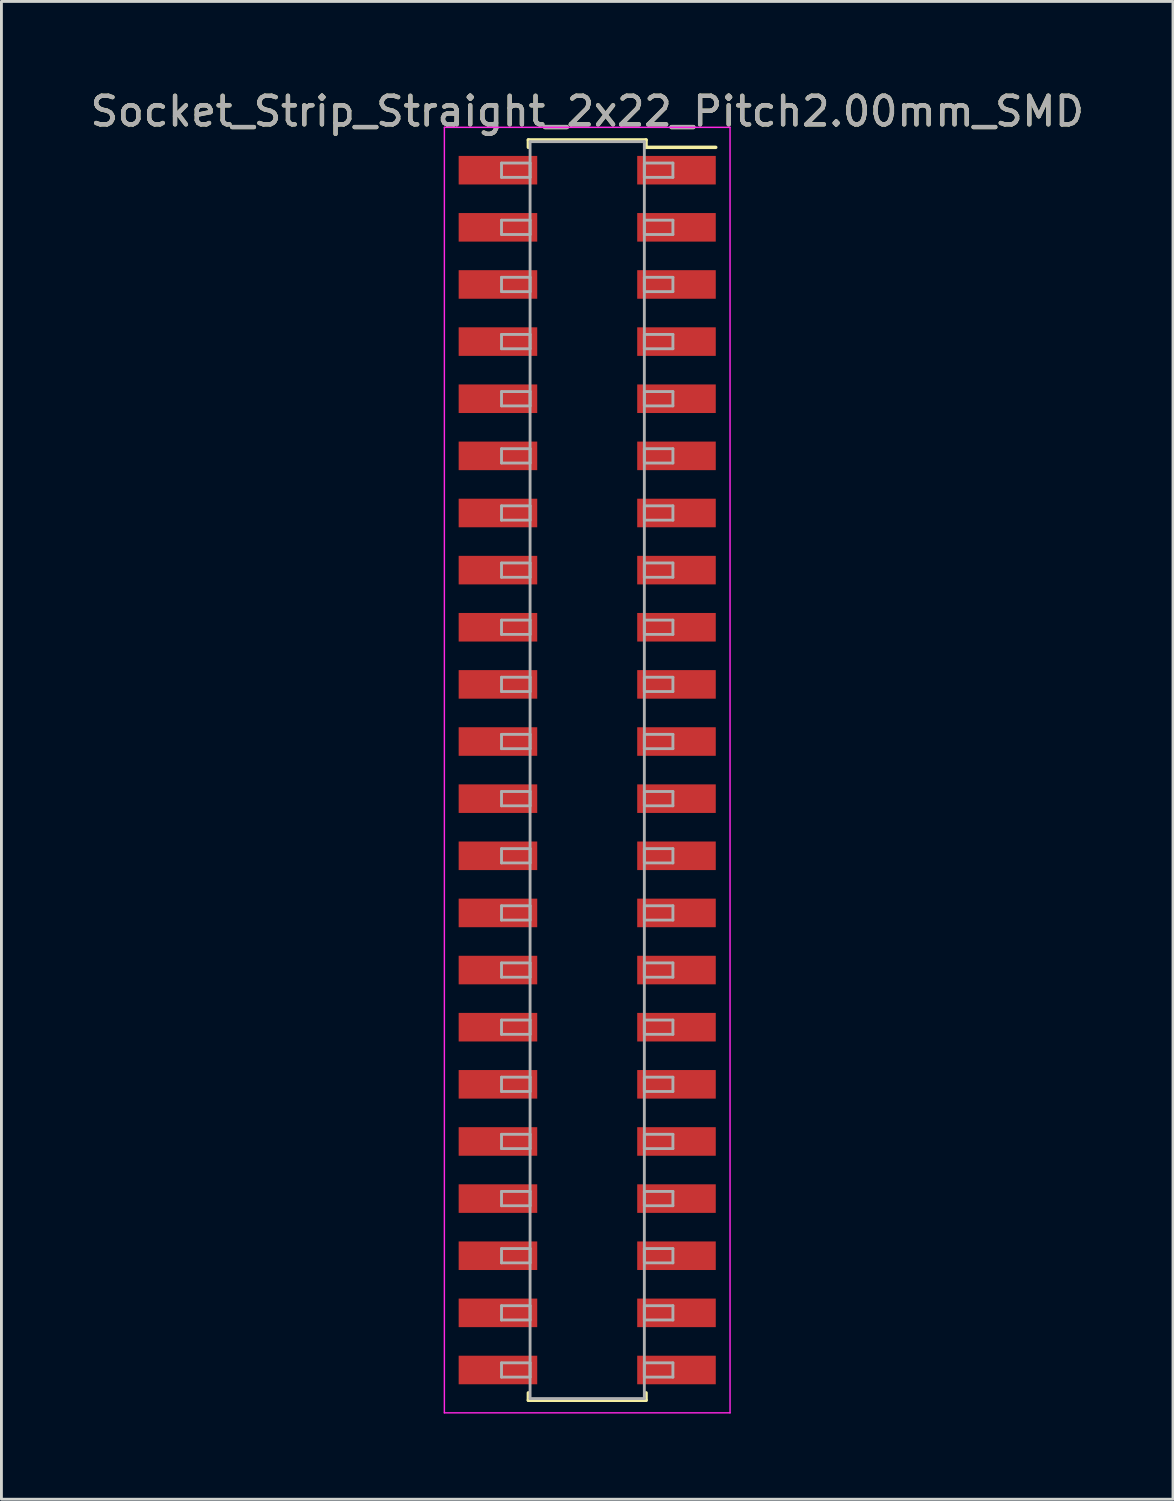
<source format=kicad_pcb>
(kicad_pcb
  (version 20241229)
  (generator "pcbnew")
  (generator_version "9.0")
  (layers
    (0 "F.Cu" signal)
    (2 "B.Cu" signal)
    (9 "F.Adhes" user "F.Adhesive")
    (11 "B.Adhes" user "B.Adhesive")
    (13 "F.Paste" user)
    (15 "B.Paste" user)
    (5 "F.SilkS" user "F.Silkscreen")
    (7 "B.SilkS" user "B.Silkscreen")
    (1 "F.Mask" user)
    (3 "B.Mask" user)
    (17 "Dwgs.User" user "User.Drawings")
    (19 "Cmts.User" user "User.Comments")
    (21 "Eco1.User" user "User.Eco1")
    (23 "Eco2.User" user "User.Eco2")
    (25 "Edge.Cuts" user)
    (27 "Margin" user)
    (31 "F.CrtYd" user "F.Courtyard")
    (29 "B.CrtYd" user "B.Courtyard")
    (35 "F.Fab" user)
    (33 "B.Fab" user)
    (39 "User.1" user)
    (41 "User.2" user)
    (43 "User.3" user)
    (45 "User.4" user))
  (footprint "Socket_Strip_Straight_2x22_Pitch2.00mm_SMD"
    (layer "F.Cu")
    (at 17.506 23.908)
    (property "Reference" "Socket_Strip_Straight_2x22_Pitch2.00mm_SMD" (at 0 -23.06 0) (layer "F.SilkS") (effects (font (size 1 1) (thickness 0.15))))
    (attr smd)
    (fp_line (start -2.06 -22.06) (end 2.06 -22.06) (stroke (width 0.12) (type solid)) (layer "F.SilkS"))
    (fp_line (start -2.06 -21.8) (end -2.06 -22.06) (stroke (width 0.12) (type solid)) (layer "F.SilkS"))
    (fp_line (start -2.06 21.8) (end -2.06 22.06) (stroke (width 0.12) (type solid)) (layer "F.SilkS"))
    (fp_line (start -2.06 22.06) (end 2.06 22.06) (stroke (width 0.12) (type solid)) (layer "F.SilkS"))
    (fp_line (start 2.06 -22.06) (end 2.06 -21.8) (stroke (width 0.12) (type solid)) (layer "F.SilkS"))
    (fp_line (start 2.06 22.06) (end 2.06 21.8) (stroke (width 0.12) (type solid)) (layer "F.SilkS"))
    (fp_line (start 4.5 -21.8) (end 2.06 -21.8) (stroke (width 0.12) (type solid)) (layer "F.SilkS"))
    (fp_line (start -5 -22.5) (end -5 22.5) (stroke (width 0.05) (type solid)) (layer "F.CrtYd"))
    (fp_line (start -5 22.5) (end 5 22.5) (stroke (width 0.05) (type solid)) (layer "F.CrtYd"))
    (fp_line (start 5 -22.5) (end -5 -22.5) (stroke (width 0.05) (type solid)) (layer "F.CrtYd"))
    (fp_line (start 5 22.5) (end 5 -22.5) (stroke (width 0.05) (type solid)) (layer "F.CrtYd"))
    (fp_line (start -3 -21.25) (end -2 -21.25) (stroke (width 0.1) (type solid)) (layer "F.Fab"))
    (fp_line (start -3 -20.75) (end -3 -21.25) (stroke (width 0.1) (type solid)) (layer "F.Fab"))
    (fp_line (start -3 -19.25) (end -2 -19.25) (stroke (width 0.1) (type solid)) (layer "F.Fab"))
    (fp_line (start -3 -18.75) (end -3 -19.25) (stroke (width 0.1) (type solid)) (layer "F.Fab"))
    (fp_line (start -3 -17.25) (end -2 -17.25) (stroke (width 0.1) (type solid)) (layer "F.Fab"))
    (fp_line (start -3 -16.75) (end -3 -17.25) (stroke (width 0.1) (type solid)) (layer "F.Fab"))
    (fp_line (start -3 -15.25) (end -2 -15.25) (stroke (width 0.1) (type solid)) (layer "F.Fab"))
    (fp_line (start -3 -14.75) (end -3 -15.25) (stroke (width 0.1) (type solid)) (layer "F.Fab"))
    (fp_line (start -3 -13.25) (end -2 -13.25) (stroke (width 0.1) (type solid)) (layer "F.Fab"))
    (fp_line (start -3 -12.75) (end -3 -13.25) (stroke (width 0.1) (type solid)) (layer "F.Fab"))
    (fp_line (start -3 -11.25) (end -2 -11.25) (stroke (width 0.1) (type solid)) (layer "F.Fab"))
    (fp_line (start -3 -10.75) (end -3 -11.25) (stroke (width 0.1) (type solid)) (layer "F.Fab"))
    (fp_line (start -3 -9.25) (end -2 -9.25) (stroke (width 0.1) (type solid)) (layer "F.Fab"))
    (fp_line (start -3 -8.75) (end -3 -9.25) (stroke (width 0.1) (type solid)) (layer "F.Fab"))
    (fp_line (start -3 -7.25) (end -2 -7.25) (stroke (width 0.1) (type solid)) (layer "F.Fab"))
    (fp_line (start -3 -6.75) (end -3 -7.25) (stroke (width 0.1) (type solid)) (layer "F.Fab"))
    (fp_line (start -3 -5.25) (end -2 -5.25) (stroke (width 0.1) (type solid)) (layer "F.Fab"))
    (fp_line (start -3 -4.75) (end -3 -5.25) (stroke (width 0.1) (type solid)) (layer "F.Fab"))
    (fp_line (start -3 -3.25) (end -2 -3.25) (stroke (width 0.1) (type solid)) (layer "F.Fab"))
    (fp_line (start -3 -2.75) (end -3 -3.25) (stroke (width 0.1) (type solid)) (layer "F.Fab"))
    (fp_line (start -3 -1.25) (end -2 -1.25) (stroke (width 0.1) (type solid)) (layer "F.Fab"))
    (fp_line (start -3 -0.75) (end -3 -1.25) (stroke (width 0.1) (type solid)) (layer "F.Fab"))
    (fp_line (start -3 0.75) (end -2 0.75) (stroke (width 0.1) (type solid)) (layer "F.Fab"))
    (fp_line (start -3 1.25) (end -3 0.75) (stroke (width 0.1) (type solid)) (layer "F.Fab"))
    (fp_line (start -3 2.75) (end -2 2.75) (stroke (width 0.1) (type solid)) (layer "F.Fab"))
    (fp_line (start -3 3.25) (end -3 2.75) (stroke (width 0.1) (type solid)) (layer "F.Fab"))
    (fp_line (start -3 4.75) (end -2 4.75) (stroke (width 0.1) (type solid)) (layer "F.Fab"))
    (fp_line (start -3 5.25) (end -3 4.75) (stroke (width 0.1) (type solid)) (layer "F.Fab"))
    (fp_line (start -3 6.75) (end -2 6.75) (stroke (width 0.1) (type solid)) (layer "F.Fab"))
    (fp_line (start -3 7.25) (end -3 6.75) (stroke (width 0.1) (type solid)) (layer "F.Fab"))
    (fp_line (start -3 8.75) (end -2 8.75) (stroke (width 0.1) (type solid)) (layer "F.Fab"))
    (fp_line (start -3 9.25) (end -3 8.75) (stroke (width 0.1) (type solid)) (layer "F.Fab"))
    (fp_line (start -3 10.75) (end -2 10.75) (stroke (width 0.1) (type solid)) (layer "F.Fab"))
    (fp_line (start -3 11.25) (end -3 10.75) (stroke (width 0.1) (type solid)) (layer "F.Fab"))
    (fp_line (start -3 12.75) (end -2 12.75) (stroke (width 0.1) (type solid)) (layer "F.Fab"))
    (fp_line (start -3 13.25) (end -3 12.75) (stroke (width 0.1) (type solid)) (layer "F.Fab"))
    (fp_line (start -3 14.75) (end -2 14.75) (stroke (width 0.1) (type solid)) (layer "F.Fab"))
    (fp_line (start -3 15.25) (end -3 14.75) (stroke (width 0.1) (type solid)) (layer "F.Fab"))
    (fp_line (start -3 16.75) (end -2 16.75) (stroke (width 0.1) (type solid)) (layer "F.Fab"))
    (fp_line (start -3 17.25) (end -3 16.75) (stroke (width 0.1) (type solid)) (layer "F.Fab"))
    (fp_line (start -3 18.75) (end -2 18.75) (stroke (width 0.1) (type solid)) (layer "F.Fab"))
    (fp_line (start -3 19.25) (end -3 18.75) (stroke (width 0.1) (type solid)) (layer "F.Fab"))
    (fp_line (start -3 20.75) (end -2 20.75) (stroke (width 0.1) (type solid)) (layer "F.Fab"))
    (fp_line (start -3 21.25) (end -3 20.75) (stroke (width 0.1) (type solid)) (layer "F.Fab"))
    (fp_line (start -2 -22) (end -2 22) (stroke (width 0.1) (type solid)) (layer "F.Fab"))
    (fp_line (start -2 -21.25) (end -2 -20.75) (stroke (width 0.1) (type solid)) (layer "F.Fab"))
    (fp_line (start -2 -20.75) (end -3 -20.75) (stroke (width 0.1) (type solid)) (layer "F.Fab"))
    (fp_line (start -2 -19.25) (end -2 -18.75) (stroke (width 0.1) (type solid)) (layer "F.Fab"))
    (fp_line (start -2 -18.75) (end -3 -18.75) (stroke (width 0.1) (type solid)) (layer "F.Fab"))
    (fp_line (start -2 -17.25) (end -2 -16.75) (stroke (width 0.1) (type solid)) (layer "F.Fab"))
    (fp_line (start -2 -16.75) (end -3 -16.75) (stroke (width 0.1) (type solid)) (layer "F.Fab"))
    (fp_line (start -2 -15.25) (end -2 -14.75) (stroke (width 0.1) (type solid)) (layer "F.Fab"))
    (fp_line (start -2 -14.75) (end -3 -14.75) (stroke (width 0.1) (type solid)) (layer "F.Fab"))
    (fp_line (start -2 -13.25) (end -2 -12.75) (stroke (width 0.1) (type solid)) (layer "F.Fab"))
    (fp_line (start -2 -12.75) (end -3 -12.75) (stroke (width 0.1) (type solid)) (layer "F.Fab"))
    (fp_line (start -2 -11.25) (end -2 -10.75) (stroke (width 0.1) (type solid)) (layer "F.Fab"))
    (fp_line (start -2 -10.75) (end -3 -10.75) (stroke (width 0.1) (type solid)) (layer "F.Fab"))
    (fp_line (start -2 -9.25) (end -2 -8.75) (stroke (width 0.1) (type solid)) (layer "F.Fab"))
    (fp_line (start -2 -8.75) (end -3 -8.75) (stroke (width 0.1) (type solid)) (layer "F.Fab"))
    (fp_line (start -2 -7.25) (end -2 -6.75) (stroke (width 0.1) (type solid)) (layer "F.Fab"))
    (fp_line (start -2 -6.75) (end -3 -6.75) (stroke (width 0.1) (type solid)) (layer "F.Fab"))
    (fp_line (start -2 -5.25) (end -2 -4.75) (stroke (width 0.1) (type solid)) (layer "F.Fab"))
    (fp_line (start -2 -4.75) (end -3 -4.75) (stroke (width 0.1) (type solid)) (layer "F.Fab"))
    (fp_line (start -2 -3.25) (end -2 -2.75) (stroke (width 0.1) (type solid)) (layer "F.Fab"))
    (fp_line (start -2 -2.75) (end -3 -2.75) (stroke (width 0.1) (type solid)) (layer "F.Fab"))
    (fp_line (start -2 -1.25) (end -2 -0.75) (stroke (width 0.1) (type solid)) (layer "F.Fab"))
    (fp_line (start -2 -0.75) (end -3 -0.75) (stroke (width 0.1) (type solid)) (layer "F.Fab"))
    (fp_line (start -2 0.75) (end -2 1.25) (stroke (width 0.1) (type solid)) (layer "F.Fab"))
    (fp_line (start -2 1.25) (end -3 1.25) (stroke (width 0.1) (type solid)) (layer "F.Fab"))
    (fp_line (start -2 2.75) (end -2 3.25) (stroke (width 0.1) (type solid)) (layer "F.Fab"))
    (fp_line (start -2 3.25) (end -3 3.25) (stroke (width 0.1) (type solid)) (layer "F.Fab"))
    (fp_line (start -2 4.75) (end -2 5.25) (stroke (width 0.1) (type solid)) (layer "F.Fab"))
    (fp_line (start -2 5.25) (end -3 5.25) (stroke (width 0.1) (type solid)) (layer "F.Fab"))
    (fp_line (start -2 6.75) (end -2 7.25) (stroke (width 0.1) (type solid)) (layer "F.Fab"))
    (fp_line (start -2 7.25) (end -3 7.25) (stroke (width 0.1) (type solid)) (layer "F.Fab"))
    (fp_line (start -2 8.75) (end -2 9.25) (stroke (width 0.1) (type solid)) (layer "F.Fab"))
    (fp_line (start -2 9.25) (end -3 9.25) (stroke (width 0.1) (type solid)) (layer "F.Fab"))
    (fp_line (start -2 10.75) (end -2 11.25) (stroke (width 0.1) (type solid)) (layer "F.Fab"))
    (fp_line (start -2 11.25) (end -3 11.25) (stroke (width 0.1) (type solid)) (layer "F.Fab"))
    (fp_line (start -2 12.75) (end -2 13.25) (stroke (width 0.1) (type solid)) (layer "F.Fab"))
    (fp_line (start -2 13.25) (end -3 13.25) (stroke (width 0.1) (type solid)) (layer "F.Fab"))
    (fp_line (start -2 14.75) (end -2 15.25) (stroke (width 0.1) (type solid)) (layer "F.Fab"))
    (fp_line (start -2 15.25) (end -3 15.25) (stroke (width 0.1) (type solid)) (layer "F.Fab"))
    (fp_line (start -2 16.75) (end -2 17.25) (stroke (width 0.1) (type solid)) (layer "F.Fab"))
    (fp_line (start -2 17.25) (end -3 17.25) (stroke (width 0.1) (type solid)) (layer "F.Fab"))
    (fp_line (start -2 18.75) (end -2 19.25) (stroke (width 0.1) (type solid)) (layer "F.Fab"))
    (fp_line (start -2 19.25) (end -3 19.25) (stroke (width 0.1) (type solid)) (layer "F.Fab"))
    (fp_line (start -2 20.75) (end -2 21.25) (stroke (width 0.1) (type solid)) (layer "F.Fab"))
    (fp_line (start -2 21.25) (end -3 21.25) (stroke (width 0.1) (type solid)) (layer "F.Fab"))
    (fp_line (start -2 22) (end 2 22) (stroke (width 0.1) (type solid)) (layer "F.Fab"))
    (fp_line (start 2 -22) (end -2 -22) (stroke (width 0.1) (type solid)) (layer "F.Fab"))
    (fp_line (start 2 -21.25) (end 2 -20.75) (stroke (width 0.1) (type solid)) (layer "F.Fab"))
    (fp_line (start 2 -20.75) (end 3 -20.75) (stroke (width 0.1) (type solid)) (layer "F.Fab"))
    (fp_line (start 2 -19.25) (end 2 -18.75) (stroke (width 0.1) (type solid)) (layer "F.Fab"))
    (fp_line (start 2 -18.75) (end 3 -18.75) (stroke (width 0.1) (type solid)) (layer "F.Fab"))
    (fp_line (start 2 -17.25) (end 2 -16.75) (stroke (width 0.1) (type solid)) (layer "F.Fab"))
    (fp_line (start 2 -16.75) (end 3 -16.75) (stroke (width 0.1) (type solid)) (layer "F.Fab"))
    (fp_line (start 2 -15.25) (end 2 -14.75) (stroke (width 0.1) (type solid)) (layer "F.Fab"))
    (fp_line (start 2 -14.75) (end 3 -14.75) (stroke (width 0.1) (type solid)) (layer "F.Fab"))
    (fp_line (start 2 -13.25) (end 2 -12.75) (stroke (width 0.1) (type solid)) (layer "F.Fab"))
    (fp_line (start 2 -12.75) (end 3 -12.75) (stroke (width 0.1) (type solid)) (layer "F.Fab"))
    (fp_line (start 2 -11.25) (end 2 -10.75) (stroke (width 0.1) (type solid)) (layer "F.Fab"))
    (fp_line (start 2 -10.75) (end 3 -10.75) (stroke (width 0.1) (type solid)) (layer "F.Fab"))
    (fp_line (start 2 -9.25) (end 2 -8.75) (stroke (width 0.1) (type solid)) (layer "F.Fab"))
    (fp_line (start 2 -8.75) (end 3 -8.75) (stroke (width 0.1) (type solid)) (layer "F.Fab"))
    (fp_line (start 2 -7.25) (end 2 -6.75) (stroke (width 0.1) (type solid)) (layer "F.Fab"))
    (fp_line (start 2 -6.75) (end 3 -6.75) (stroke (width 0.1) (type solid)) (layer "F.Fab"))
    (fp_line (start 2 -5.25) (end 2 -4.75) (stroke (width 0.1) (type solid)) (layer "F.Fab"))
    (fp_line (start 2 -4.75) (end 3 -4.75) (stroke (width 0.1) (type solid)) (layer "F.Fab"))
    (fp_line (start 2 -3.25) (end 2 -2.75) (stroke (width 0.1) (type solid)) (layer "F.Fab"))
    (fp_line (start 2 -2.75) (end 3 -2.75) (stroke (width 0.1) (type solid)) (layer "F.Fab"))
    (fp_line (start 2 -1.25) (end 2 -0.75) (stroke (width 0.1) (type solid)) (layer "F.Fab"))
    (fp_line (start 2 -0.75) (end 3 -0.75) (stroke (width 0.1) (type solid)) (layer "F.Fab"))
    (fp_line (start 2 0.75) (end 2 1.25) (stroke (width 0.1) (type solid)) (layer "F.Fab"))
    (fp_line (start 2 1.25) (end 3 1.25) (stroke (width 0.1) (type solid)) (layer "F.Fab"))
    (fp_line (start 2 2.75) (end 2 3.25) (stroke (width 0.1) (type solid)) (layer "F.Fab"))
    (fp_line (start 2 3.25) (end 3 3.25) (stroke (width 0.1) (type solid)) (layer "F.Fab"))
    (fp_line (start 2 4.75) (end 2 5.25) (stroke (width 0.1) (type solid)) (layer "F.Fab"))
    (fp_line (start 2 5.25) (end 3 5.25) (stroke (width 0.1) (type solid)) (layer "F.Fab"))
    (fp_line (start 2 6.75) (end 2 7.25) (stroke (width 0.1) (type solid)) (layer "F.Fab"))
    (fp_line (start 2 7.25) (end 3 7.25) (stroke (width 0.1) (type solid)) (layer "F.Fab"))
    (fp_line (start 2 8.75) (end 2 9.25) (stroke (width 0.1) (type solid)) (layer "F.Fab"))
    (fp_line (start 2 9.25) (end 3 9.25) (stroke (width 0.1) (type solid)) (layer "F.Fab"))
    (fp_line (start 2 10.75) (end 2 11.25) (stroke (width 0.1) (type solid)) (layer "F.Fab"))
    (fp_line (start 2 11.25) (end 3 11.25) (stroke (width 0.1) (type solid)) (layer "F.Fab"))
    (fp_line (start 2 12.75) (end 2 13.25) (stroke (width 0.1) (type solid)) (layer "F.Fab"))
    (fp_line (start 2 13.25) (end 3 13.25) (stroke (width 0.1) (type solid)) (layer "F.Fab"))
    (fp_line (start 2 14.75) (end 2 15.25) (stroke (width 0.1) (type solid)) (layer "F.Fab"))
    (fp_line (start 2 15.25) (end 3 15.25) (stroke (width 0.1) (type solid)) (layer "F.Fab"))
    (fp_line (start 2 16.75) (end 2 17.25) (stroke (width 0.1) (type solid)) (layer "F.Fab"))
    (fp_line (start 2 17.25) (end 3 17.25) (stroke (width 0.1) (type solid)) (layer "F.Fab"))
    (fp_line (start 2 18.75) (end 2 19.25) (stroke (width 0.1) (type solid)) (layer "F.Fab"))
    (fp_line (start 2 19.25) (end 3 19.25) (stroke (width 0.1) (type solid)) (layer "F.Fab"))
    (fp_line (start 2 20.75) (end 2 21.25) (stroke (width 0.1) (type solid)) (layer "F.Fab"))
    (fp_line (start 2 21.25) (end 3 21.25) (stroke (width 0.1) (type solid)) (layer "F.Fab"))
    (fp_line (start 2 22) (end 2 -22) (stroke (width 0.1) (type solid)) (layer "F.Fab"))
    (fp_line (start 3 -21.25) (end 2 -21.25) (stroke (width 0.1) (type solid)) (layer "F.Fab"))
    (fp_line (start 3 -20.75) (end 3 -21.25) (stroke (width 0.1) (type solid)) (layer "F.Fab"))
    (fp_line (start 3 -19.25) (end 2 -19.25) (stroke (width 0.1) (type solid)) (layer "F.Fab"))
    (fp_line (start 3 -18.75) (end 3 -19.25) (stroke (width 0.1) (type solid)) (layer "F.Fab"))
    (fp_line (start 3 -17.25) (end 2 -17.25) (stroke (width 0.1) (type solid)) (layer "F.Fab"))
    (fp_line (start 3 -16.75) (end 3 -17.25) (stroke (width 0.1) (type solid)) (layer "F.Fab"))
    (fp_line (start 3 -15.25) (end 2 -15.25) (stroke (width 0.1) (type solid)) (layer "F.Fab"))
    (fp_line (start 3 -14.75) (end 3 -15.25) (stroke (width 0.1) (type solid)) (layer "F.Fab"))
    (fp_line (start 3 -13.25) (end 2 -13.25) (stroke (width 0.1) (type solid)) (layer "F.Fab"))
    (fp_line (start 3 -12.75) (end 3 -13.25) (stroke (width 0.1) (type solid)) (layer "F.Fab"))
    (fp_line (start 3 -11.25) (end 2 -11.25) (stroke (width 0.1) (type solid)) (layer "F.Fab"))
    (fp_line (start 3 -10.75) (end 3 -11.25) (stroke (width 0.1) (type solid)) (layer "F.Fab"))
    (fp_line (start 3 -9.25) (end 2 -9.25) (stroke (width 0.1) (type solid)) (layer "F.Fab"))
    (fp_line (start 3 -8.75) (end 3 -9.25) (stroke (width 0.1) (type solid)) (layer "F.Fab"))
    (fp_line (start 3 -7.25) (end 2 -7.25) (stroke (width 0.1) (type solid)) (layer "F.Fab"))
    (fp_line (start 3 -6.75) (end 3 -7.25) (stroke (width 0.1) (type solid)) (layer "F.Fab"))
    (fp_line (start 3 -5.25) (end 2 -5.25) (stroke (width 0.1) (type solid)) (layer "F.Fab"))
    (fp_line (start 3 -4.75) (end 3 -5.25) (stroke (width 0.1) (type solid)) (layer "F.Fab"))
    (fp_line (start 3 -3.25) (end 2 -3.25) (stroke (width 0.1) (type solid)) (layer "F.Fab"))
    (fp_line (start 3 -2.75) (end 3 -3.25) (stroke (width 0.1) (type solid)) (layer "F.Fab"))
    (fp_line (start 3 -1.25) (end 2 -1.25) (stroke (width 0.1) (type solid)) (layer "F.Fab"))
    (fp_line (start 3 -0.75) (end 3 -1.25) (stroke (width 0.1) (type solid)) (layer "F.Fab"))
    (fp_line (start 3 0.75) (end 2 0.75) (stroke (width 0.1) (type solid)) (layer "F.Fab"))
    (fp_line (start 3 1.25) (end 3 0.75) (stroke (width 0.1) (type solid)) (layer "F.Fab"))
    (fp_line (start 3 2.75) (end 2 2.75) (stroke (width 0.1) (type solid)) (layer "F.Fab"))
    (fp_line (start 3 3.25) (end 3 2.75) (stroke (width 0.1) (type solid)) (layer "F.Fab"))
    (fp_line (start 3 4.75) (end 2 4.75) (stroke (width 0.1) (type solid)) (layer "F.Fab"))
    (fp_line (start 3 5.25) (end 3 4.75) (stroke (width 0.1) (type solid)) (layer "F.Fab"))
    (fp_line (start 3 6.75) (end 2 6.75) (stroke (width 0.1) (type solid)) (layer "F.Fab"))
    (fp_line (start 3 7.25) (end 3 6.75) (stroke (width 0.1) (type solid)) (layer "F.Fab"))
    (fp_line (start 3 8.75) (end 2 8.75) (stroke (width 0.1) (type solid)) (layer "F.Fab"))
    (fp_line (start 3 9.25) (end 3 8.75) (stroke (width 0.1) (type solid)) (layer "F.Fab"))
    (fp_line (start 3 10.75) (end 2 10.75) (stroke (width 0.1) (type solid)) (layer "F.Fab"))
    (fp_line (start 3 11.25) (end 3 10.75) (stroke (width 0.1) (type solid)) (layer "F.Fab"))
    (fp_line (start 3 12.75) (end 2 12.75) (stroke (width 0.1) (type solid)) (layer "F.Fab"))
    (fp_line (start 3 13.25) (end 3 12.75) (stroke (width 0.1) (type solid)) (layer "F.Fab"))
    (fp_line (start 3 14.75) (end 2 14.75) (stroke (width 0.1) (type solid)) (layer "F.Fab"))
    (fp_line (start 3 15.25) (end 3 14.75) (stroke (width 0.1) (type solid)) (layer "F.Fab"))
    (fp_line (start 3 16.75) (end 2 16.75) (stroke (width 0.1) (type solid)) (layer "F.Fab"))
    (fp_line (start 3 17.25) (end 3 16.75) (stroke (width 0.1) (type solid)) (layer "F.Fab"))
    (fp_line (start 3 18.75) (end 2 18.75) (stroke (width 0.1) (type solid)) (layer "F.Fab"))
    (fp_line (start 3 19.25) (end 3 18.75) (stroke (width 0.1) (type solid)) (layer "F.Fab"))
    (fp_line (start 3 20.75) (end 2 20.75) (stroke (width 0.1) (type solid)) (layer "F.Fab"))
    (fp_line (start 3 21.25) (end 3 20.75) (stroke (width 0.1) (type solid)) (layer "F.Fab"))
    (fp_text user "${REFERENCE}" (at 0 -23.06 0) (layer "F.Fab") (effects (font (size 1 1) (thickness 0.15))))
    (pad "1" smd rect (at 3.125 -21) (size 2.75 1) (layers "F.Cu" "F.Mask" "F.Paste"))
    (pad "2" smd rect (at -3.125 -21) (size 2.75 1) (layers "F.Cu" "F.Mask" "F.Paste"))
    (pad "3" smd rect (at 3.125 -19) (size 2.75 1) (layers "F.Cu" "F.Mask" "F.Paste"))
    (pad "4" smd rect (at -3.125 -19) (size 2.75 1) (layers "F.Cu" "F.Mask" "F.Paste"))
    (pad "5" smd rect (at 3.125 -17) (size 2.75 1) (layers "F.Cu" "F.Mask" "F.Paste"))
    (pad "6" smd rect (at -3.125 -17) (size 2.75 1) (layers "F.Cu" "F.Mask" "F.Paste"))
    (pad "7" smd rect (at 3.125 -15) (size 2.75 1) (layers "F.Cu" "F.Mask" "F.Paste"))
    (pad "8" smd rect (at -3.125 -15) (size 2.75 1) (layers "F.Cu" "F.Mask" "F.Paste"))
    (pad "9" smd rect (at 3.125 -13) (size 2.75 1) (layers "F.Cu" "F.Mask" "F.Paste"))
    (pad "10" smd rect (at -3.125 -13) (size 2.75 1) (layers "F.Cu" "F.Mask" "F.Paste"))
    (pad "11" smd rect (at 3.125 -11) (size 2.75 1) (layers "F.Cu" "F.Mask" "F.Paste"))
    (pad "12" smd rect (at -3.125 -11) (size 2.75 1) (layers "F.Cu" "F.Mask" "F.Paste"))
    (pad "13" smd rect (at 3.125 -9) (size 2.75 1) (layers "F.Cu" "F.Mask" "F.Paste"))
    (pad "14" smd rect (at -3.125 -9) (size 2.75 1) (layers "F.Cu" "F.Mask" "F.Paste"))
    (pad "15" smd rect (at 3.125 -7) (size 2.75 1) (layers "F.Cu" "F.Mask" "F.Paste"))
    (pad "16" smd rect (at -3.125 -7) (size 2.75 1) (layers "F.Cu" "F.Mask" "F.Paste"))
    (pad "17" smd rect (at 3.125 -5) (size 2.75 1) (layers "F.Cu" "F.Mask" "F.Paste"))
    (pad "18" smd rect (at -3.125 -5) (size 2.75 1) (layers "F.Cu" "F.Mask" "F.Paste"))
    (pad "19" smd rect (at 3.125 -3) (size 2.75 1) (layers "F.Cu" "F.Mask" "F.Paste"))
    (pad "20" smd rect (at -3.125 -3) (size 2.75 1) (layers "F.Cu" "F.Mask" "F.Paste"))
    (pad "21" smd rect (at 3.125 -1) (size 2.75 1) (layers "F.Cu" "F.Mask" "F.Paste"))
    (pad "22" smd rect (at -3.125 -1) (size 2.75 1) (layers "F.Cu" "F.Mask" "F.Paste"))
    (pad "23" smd rect (at 3.125 1) (size 2.75 1) (layers "F.Cu" "F.Mask" "F.Paste"))
    (pad "24" smd rect (at -3.125 1) (size 2.75 1) (layers "F.Cu" "F.Mask" "F.Paste"))
    (pad "25" smd rect (at 3.125 3) (size 2.75 1) (layers "F.Cu" "F.Mask" "F.Paste"))
    (pad "26" smd rect (at -3.125 3) (size 2.75 1) (layers "F.Cu" "F.Mask" "F.Paste"))
    (pad "27" smd rect (at 3.125 5) (size 2.75 1) (layers "F.Cu" "F.Mask" "F.Paste"))
    (pad "28" smd rect (at -3.125 5) (size 2.75 1) (layers "F.Cu" "F.Mask" "F.Paste"))
    (pad "29" smd rect (at 3.125 7) (size 2.75 1) (layers "F.Cu" "F.Mask" "F.Paste"))
    (pad "30" smd rect (at -3.125 7) (size 2.75 1) (layers "F.Cu" "F.Mask" "F.Paste"))
    (pad "31" smd rect (at 3.125 9) (size 2.75 1) (layers "F.Cu" "F.Mask" "F.Paste"))
    (pad "32" smd rect (at -3.125 9) (size 2.75 1) (layers "F.Cu" "F.Mask" "F.Paste"))
    (pad "33" smd rect (at 3.125 11) (size 2.75 1) (layers "F.Cu" "F.Mask" "F.Paste"))
    (pad "34" smd rect (at -3.125 11) (size 2.75 1) (layers "F.Cu" "F.Mask" "F.Paste"))
    (pad "35" smd rect (at 3.125 13) (size 2.75 1) (layers "F.Cu" "F.Mask" "F.Paste"))
    (pad "36" smd rect (at -3.125 13) (size 2.75 1) (layers "F.Cu" "F.Mask" "F.Paste"))
    (pad "37" smd rect (at 3.125 15) (size 2.75 1) (layers "F.Cu" "F.Mask" "F.Paste"))
    (pad "38" smd rect (at -3.125 15) (size 2.75 1) (layers "F.Cu" "F.Mask" "F.Paste"))
    (pad "39" smd rect (at 3.125 17) (size 2.75 1) (layers "F.Cu" "F.Mask" "F.Paste"))
    (pad "40" smd rect (at -3.125 17) (size 2.75 1) (layers "F.Cu" "F.Mask" "F.Paste"))
    (pad "41" smd rect (at 3.125 19) (size 2.75 1) (layers "F.Cu" "F.Mask" "F.Paste"))
    (pad "42" smd rect (at -3.125 19) (size 2.75 1) (layers "F.Cu" "F.Mask" "F.Paste"))
    (pad "43" smd rect (at 3.125 21) (size 2.75 1) (layers "F.Cu" "F.Mask" "F.Paste"))
    (pad "44" smd rect (at -3.125 21) (size 2.75 1) (layers "F.Cu" "F.Mask" "F.Paste")))
  (gr_rect
    (start -3 -3)
    (end 38.012 49.433)
    (stroke (width 0.1) (type default))
    (fill no)
    (layer "Edge.Cuts")))
</source>
